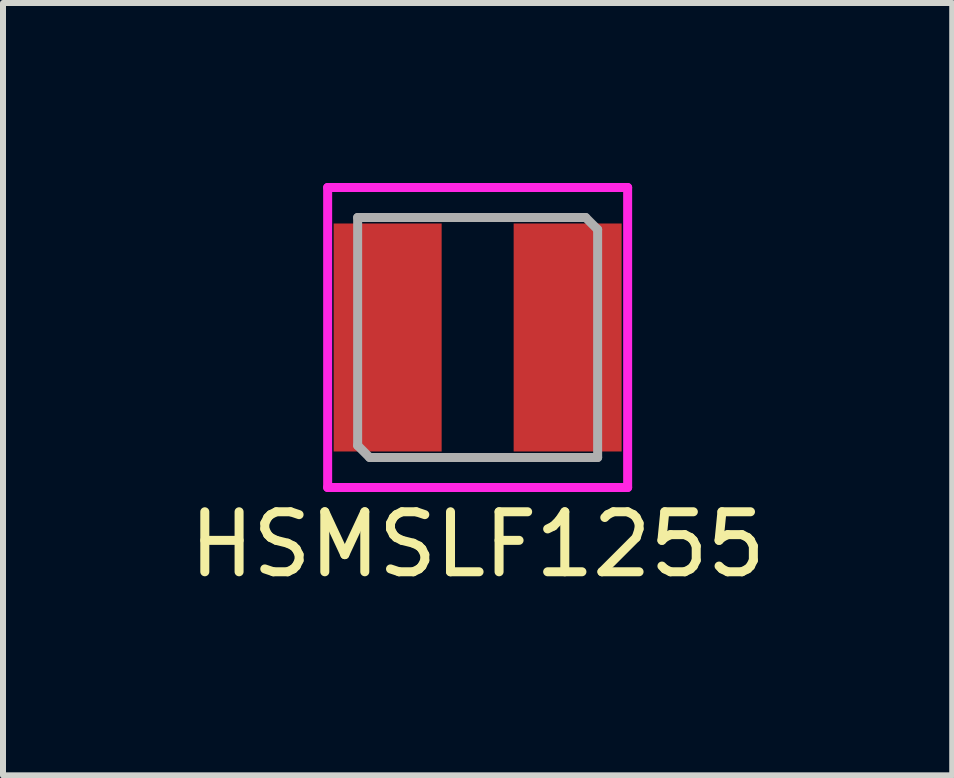
<source format=kicad_pcb>
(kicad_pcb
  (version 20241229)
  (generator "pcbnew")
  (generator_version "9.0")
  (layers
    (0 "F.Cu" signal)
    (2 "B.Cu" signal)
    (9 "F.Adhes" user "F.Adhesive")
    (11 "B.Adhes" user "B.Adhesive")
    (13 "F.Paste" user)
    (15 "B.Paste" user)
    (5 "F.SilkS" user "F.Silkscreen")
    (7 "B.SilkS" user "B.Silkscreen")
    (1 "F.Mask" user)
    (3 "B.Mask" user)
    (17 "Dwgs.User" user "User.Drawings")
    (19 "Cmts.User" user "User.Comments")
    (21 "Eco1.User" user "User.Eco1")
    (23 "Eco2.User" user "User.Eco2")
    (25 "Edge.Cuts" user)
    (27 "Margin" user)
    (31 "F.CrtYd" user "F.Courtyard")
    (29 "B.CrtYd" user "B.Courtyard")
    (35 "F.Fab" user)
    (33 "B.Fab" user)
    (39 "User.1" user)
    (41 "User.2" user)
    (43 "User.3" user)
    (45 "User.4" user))
  (footprint "HSMSLF1255"
    (layer "F.Cu")
    (at 4.911 2.575)
    (property "Reference" "HSMSLF1255" (at 0 3.45 0) (layer "F.SilkS") (effects (font (size 1 1) (thickness 0.15))))
    (attr smd)
    (fp_line (start -2.5 -2.5) (end 2.5 -2.5) (stroke (width 0.15) (type solid)) (layer "F.CrtYd"))
    (fp_line (start -2.5 2.5) (end -2.5 -2.5) (stroke (width 0.15) (type solid)) (layer "F.CrtYd"))
    (fp_line (start 2.5 -2.5) (end 2.5 2.5) (stroke (width 0.15) (type solid)) (layer "F.CrtYd"))
    (fp_line (start 2.5 2.5) (end -2.5 2.5) (stroke (width 0.15) (type solid)) (layer "F.CrtYd"))
    (fp_line (start -2 -2) (end -2 1.8) (stroke (width 0.15) (type solid)) (layer "F.Fab"))
    (fp_line (start -2 1.8) (end -1.8 2) (stroke (width 0.15) (type solid)) (layer "F.Fab"))
    (fp_line (start -1.8 2) (end 2 2) (stroke (width 0.15) (type solid)) (layer "F.Fab"))
    (fp_line (start 1.8 -2) (end -2 -2) (stroke (width 0.15) (type solid)) (layer "F.Fab"))
    (fp_line (start 2 -1.8) (end 1.8 -2) (stroke (width 0.15) (type solid)) (layer "F.Fab"))
    (fp_line (start 2 2) (end 2 -1.8) (stroke (width 0.15) (type solid)) (layer "F.Fab"))
    (pad "1" smd rect (at -1.5 0) (size 1.8 3.8) (layers "F.Cu" "F.Mask" "F.Paste"))
    (pad "2" smd rect (at 1.5 0) (size 1.8 3.8) (layers "F.Cu" "F.Mask" "F.Paste")))
  (gr_rect
    (start -3 -3)
    (end 12.821 9.873)
    (stroke (width 0.1) (type default))
    (fill no)
    (layer "Edge.Cuts")))
</source>
